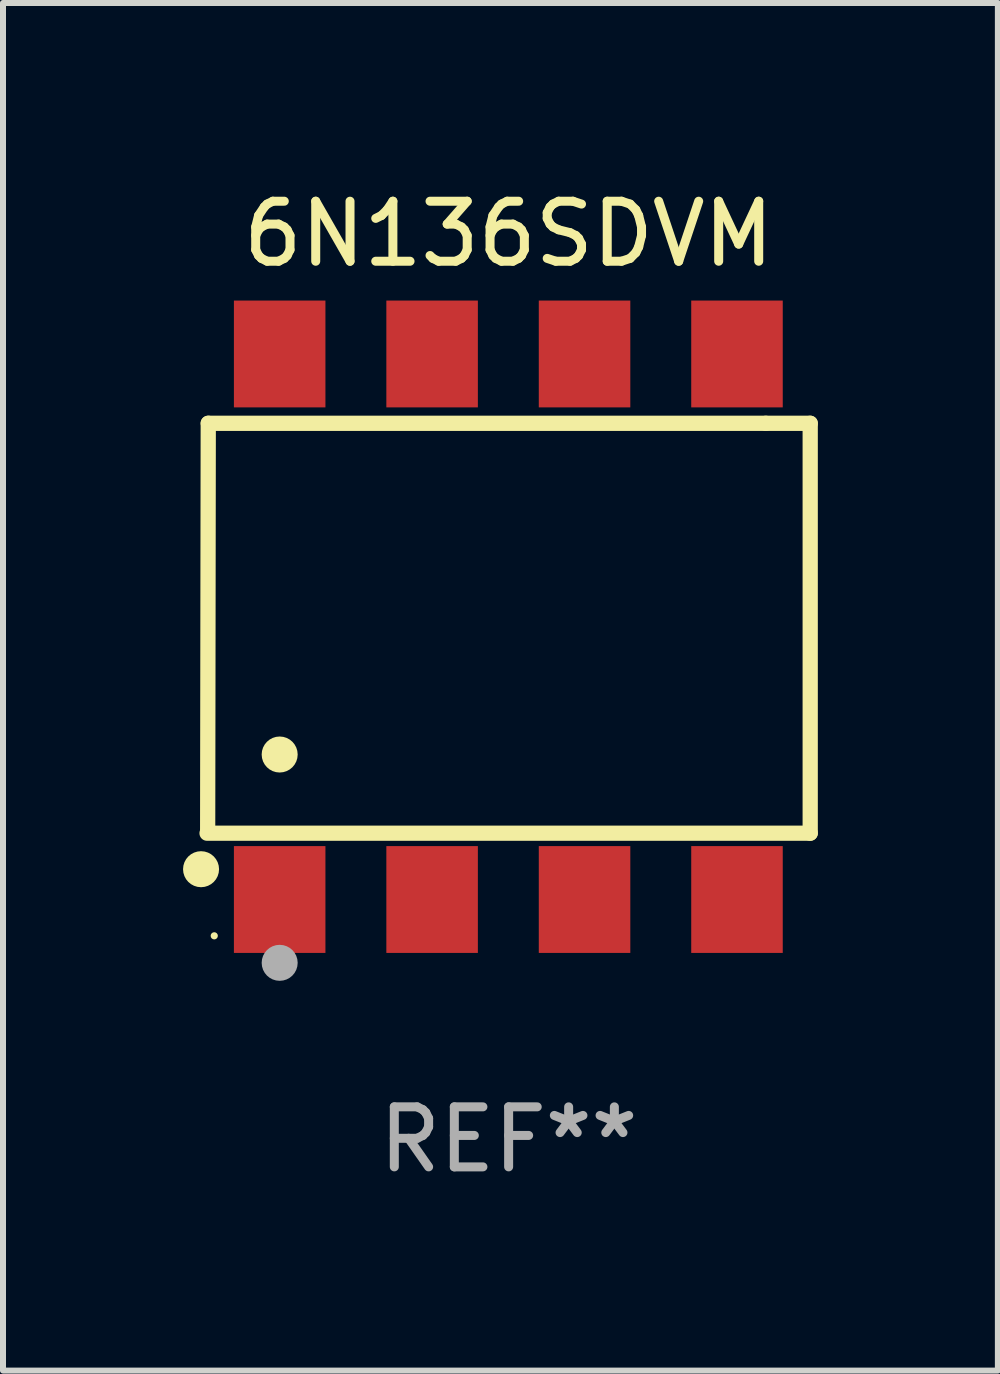
<source format=kicad_pcb>
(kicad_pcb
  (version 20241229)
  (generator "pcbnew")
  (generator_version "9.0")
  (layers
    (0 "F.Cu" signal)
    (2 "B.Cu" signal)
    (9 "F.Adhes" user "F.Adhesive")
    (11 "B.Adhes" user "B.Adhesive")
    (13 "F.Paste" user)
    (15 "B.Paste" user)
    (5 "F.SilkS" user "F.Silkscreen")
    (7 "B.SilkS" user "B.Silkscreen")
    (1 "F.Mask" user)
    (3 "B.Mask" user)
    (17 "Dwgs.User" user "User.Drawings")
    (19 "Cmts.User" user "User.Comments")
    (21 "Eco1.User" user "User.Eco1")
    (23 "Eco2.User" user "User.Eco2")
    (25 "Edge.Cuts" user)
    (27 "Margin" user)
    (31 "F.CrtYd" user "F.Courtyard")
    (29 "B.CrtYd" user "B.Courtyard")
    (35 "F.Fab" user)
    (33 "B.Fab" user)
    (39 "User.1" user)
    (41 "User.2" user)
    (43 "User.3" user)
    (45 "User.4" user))
  (footprint "6N136SDVM"
    (layer "F.Cu")
    (at 5.425 7.393)
    (property "Reference" "6N136SDVM" (at 0 -6.545 0) (layer "F.SilkS") (effects (font (size 1 1) (thickness 0.15))))
    (attr through_hole)
    (fp_line (start -5.005 -3.39) (end -5.015 3.42) (stroke (width 0.254) (type solid)) (layer "F.SilkS"))
    (fp_line (start 4.285 -3.39) (end -5.005 -3.39) (stroke (width 0.254) (type solid)) (layer "F.SilkS"))
    (fp_line (start 4.285 -3.39) (end 5.025 -3.39) (stroke (width 0.254) (type solid)) (layer "F.SilkS"))
    (fp_line (start 5.025 -3.39) (end 5.025 3.44) (stroke (width 0.254) (type solid)) (layer "F.SilkS"))
    (fp_line (start 5.025 3.44) (end -5.025 3.44) (stroke (width 0.254) (type solid)) (layer "F.SilkS"))
    (fp_circle (center -5.125 4.04) (end -4.975 4.04) (stroke (width 0.3) (type solid)) (fill no) (layer "F.SilkS"))
    (fp_circle (center -4.905 5.15) (end -4.875 5.15) (stroke (width 0.06) (type solid)) (fill no) (layer "F.SilkS"))
    (fp_circle (center -3.815 2.129) (end -3.665 2.129) (stroke (width 0.3) (type solid)) (fill no) (layer "F.SilkS"))
    (fp_circle (center -3.815 5.6) (end -3.665 5.6) (stroke (width 0.3) (type solid)) (fill no) (layer "F.Fab"))
    (fp_text user "REF**" (at 0 8.545 0) (layer "F.Fab") (effects (font (size 1 1) (thickness 0.15))))
    (pad "1" smd rect (at -3.815 4.545) (size 1.525 1.78) (layers "F.Cu" "F.Mask" "F.Paste"))
    (pad "2" smd rect (at -1.275 4.545) (size 1.525 1.78) (layers "F.Cu" "F.Mask" "F.Paste"))
    (pad "3" smd rect (at 1.265 4.545) (size 1.525 1.78) (layers "F.Cu" "F.Mask" "F.Paste"))
    (pad "4" smd rect (at 3.805 4.545) (size 1.525 1.78) (layers "F.Cu" "F.Mask" "F.Paste"))
    (pad "5" smd rect (at 3.805 -4.545) (size 1.525 1.78) (layers "F.Cu" "F.Mask" "F.Paste"))
    (pad "6" smd rect (at 1.265 -4.545) (size 1.525 1.78) (layers "F.Cu" "F.Mask" "F.Paste"))
    (pad "7" smd rect (at -1.275 -4.545) (size 1.525 1.78) (layers "F.Cu" "F.Mask" "F.Paste"))
    (pad "8" smd rect (at -3.815 -4.545) (size 1.525 1.78) (layers "F.Cu" "F.Mask" "F.Paste")))
  (gr_rect
    (start -3 -3)
    (end 13.577 19.787)
    (stroke (width 0.1) (type default))
    (fill no)
    (layer "Edge.Cuts")))
</source>
